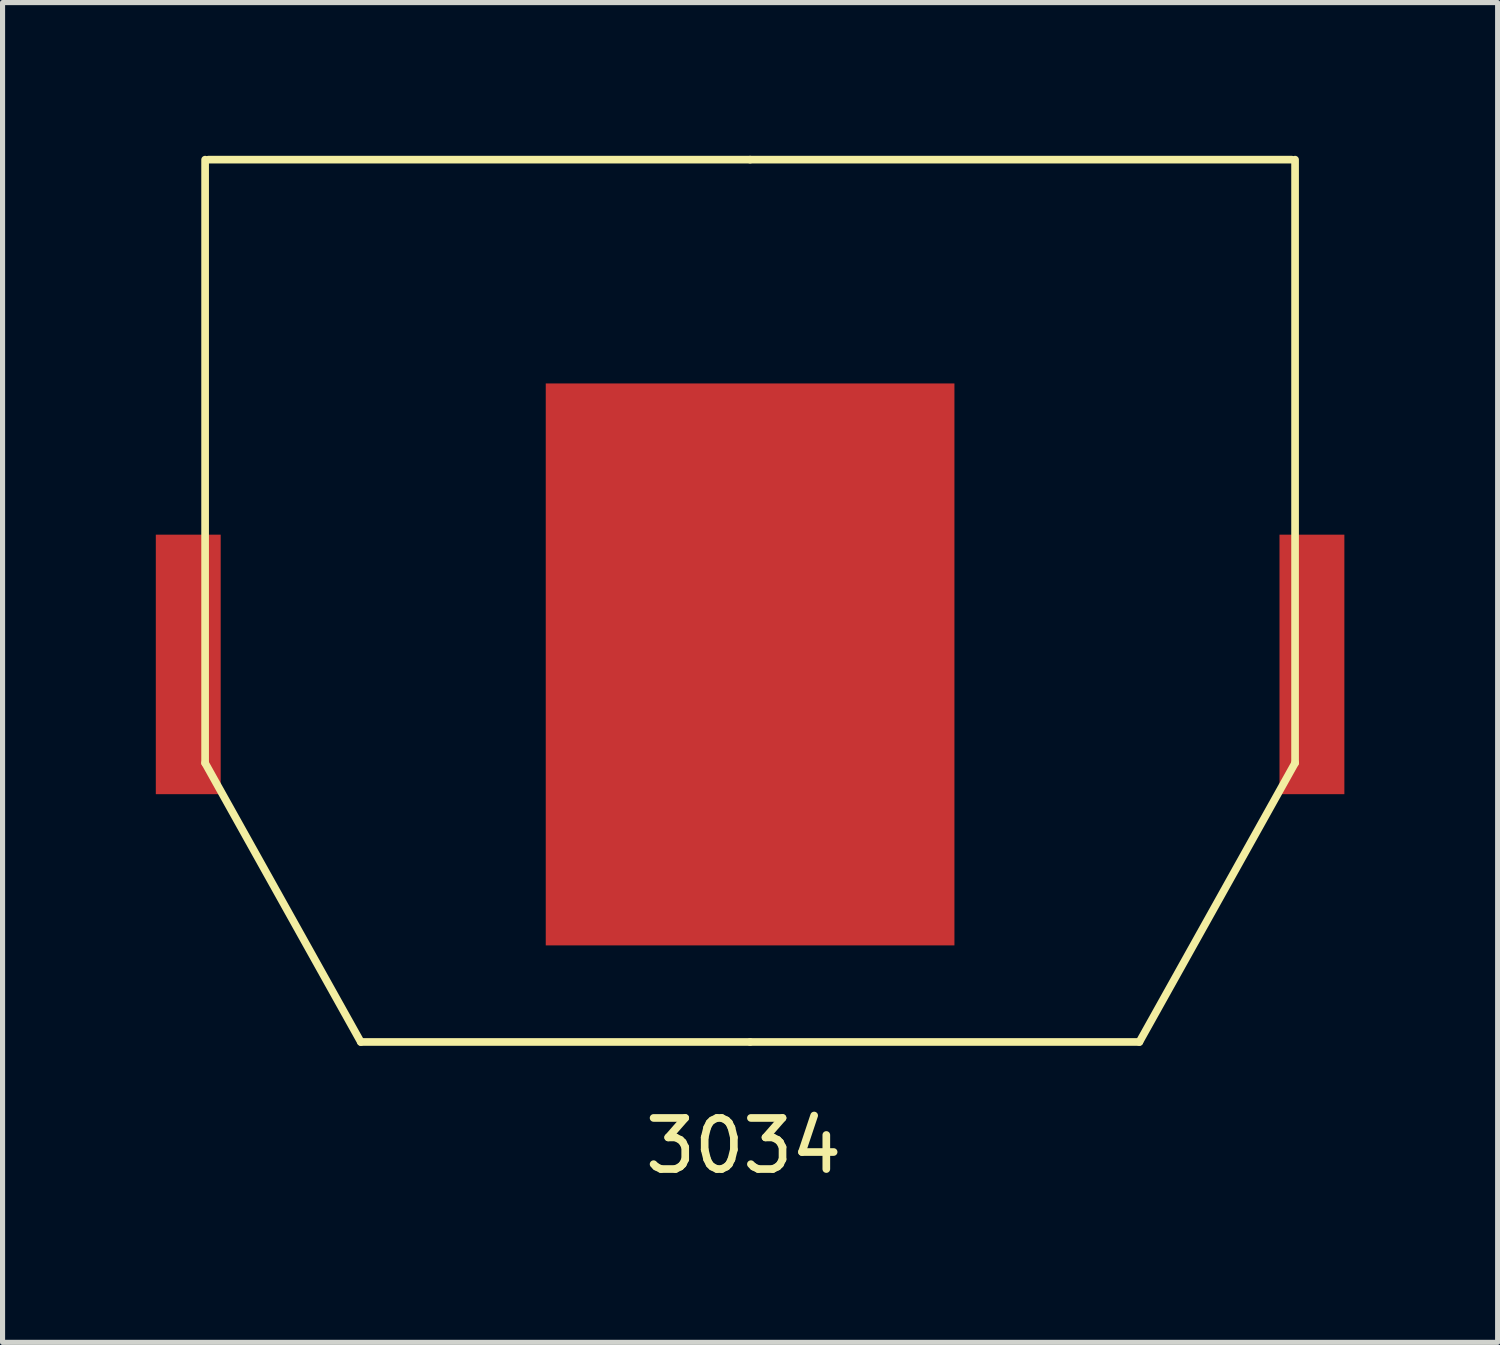
<source format=kicad_pcb>
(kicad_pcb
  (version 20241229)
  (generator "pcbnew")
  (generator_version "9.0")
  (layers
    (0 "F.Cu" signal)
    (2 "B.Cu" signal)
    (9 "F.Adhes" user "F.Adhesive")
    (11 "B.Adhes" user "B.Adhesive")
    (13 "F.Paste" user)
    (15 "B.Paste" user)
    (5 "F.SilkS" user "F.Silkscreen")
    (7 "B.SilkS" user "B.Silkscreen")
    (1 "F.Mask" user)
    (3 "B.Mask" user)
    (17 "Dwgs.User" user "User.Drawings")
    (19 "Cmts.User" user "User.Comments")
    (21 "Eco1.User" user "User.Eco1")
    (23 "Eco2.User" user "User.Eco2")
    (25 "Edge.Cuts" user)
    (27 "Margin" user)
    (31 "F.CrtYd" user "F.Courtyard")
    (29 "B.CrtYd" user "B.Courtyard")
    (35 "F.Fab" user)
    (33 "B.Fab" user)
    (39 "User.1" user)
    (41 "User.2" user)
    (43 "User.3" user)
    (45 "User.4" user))
  (footprint "3034"
    (layer "F.Cu")
    (at 11.633 17.347)
    (property "Reference" "3034" (at -0.127 2.032 0) (layer "F.SilkS") (effects (font (size 1 1) (thickness 0.15))))
    (attr through_hole)
    (fp_line (start -10.668 -17.272) (end -10.668 -5.461) (stroke (width 0.15) (type solid)) (layer "F.SilkS"))
    (fp_line (start -10.668 -5.461) (end -7.62 0) (stroke (width 0.15) (type solid)) (layer "F.SilkS"))
    (fp_line (start -10.604 -17.272) (end 0 -17.272) (stroke (width 0.15) (type solid)) (layer "F.SilkS"))
    (fp_line (start -7.62 0) (end 0 0) (stroke (width 0.15) (type solid)) (layer "F.SilkS"))
    (fp_line (start 0 -17.272) (end 10.604 -17.272) (stroke (width 0.15) (type solid)) (layer "F.SilkS"))
    (fp_line (start 0 0) (end 7.62 0) (stroke (width 0.15) (type solid)) (layer "F.SilkS"))
    (fp_line (start 10.668 -17.272) (end 10.668 -5.461) (stroke (width 0.15) (type solid)) (layer "F.SilkS"))
    (fp_line (start 10.668 -5.461) (end 7.62 0) (stroke (width 0.15) (type solid)) (layer "F.SilkS"))
    (pad "1" smd rect (at -10.998 -7.391) (size 1.27 5.08) (layers "F.Cu" "F.Mask" "F.Paste"))
    (pad "1" smd rect (at 10.998 -7.391) (size 1.27 5.08) (layers "F.Cu" "F.Mask" "F.Paste"))
    (pad "2" smd rect (at 0 -7.391) (size 8 11) (layers "F.Cu" "F.Mask" "F.Paste")))
  (gr_rect
    (start -3 -3)
    (end 26.266 23.227)
    (stroke (width 0.1) (type default))
    (fill no)
    (layer "Edge.Cuts")))
</source>
